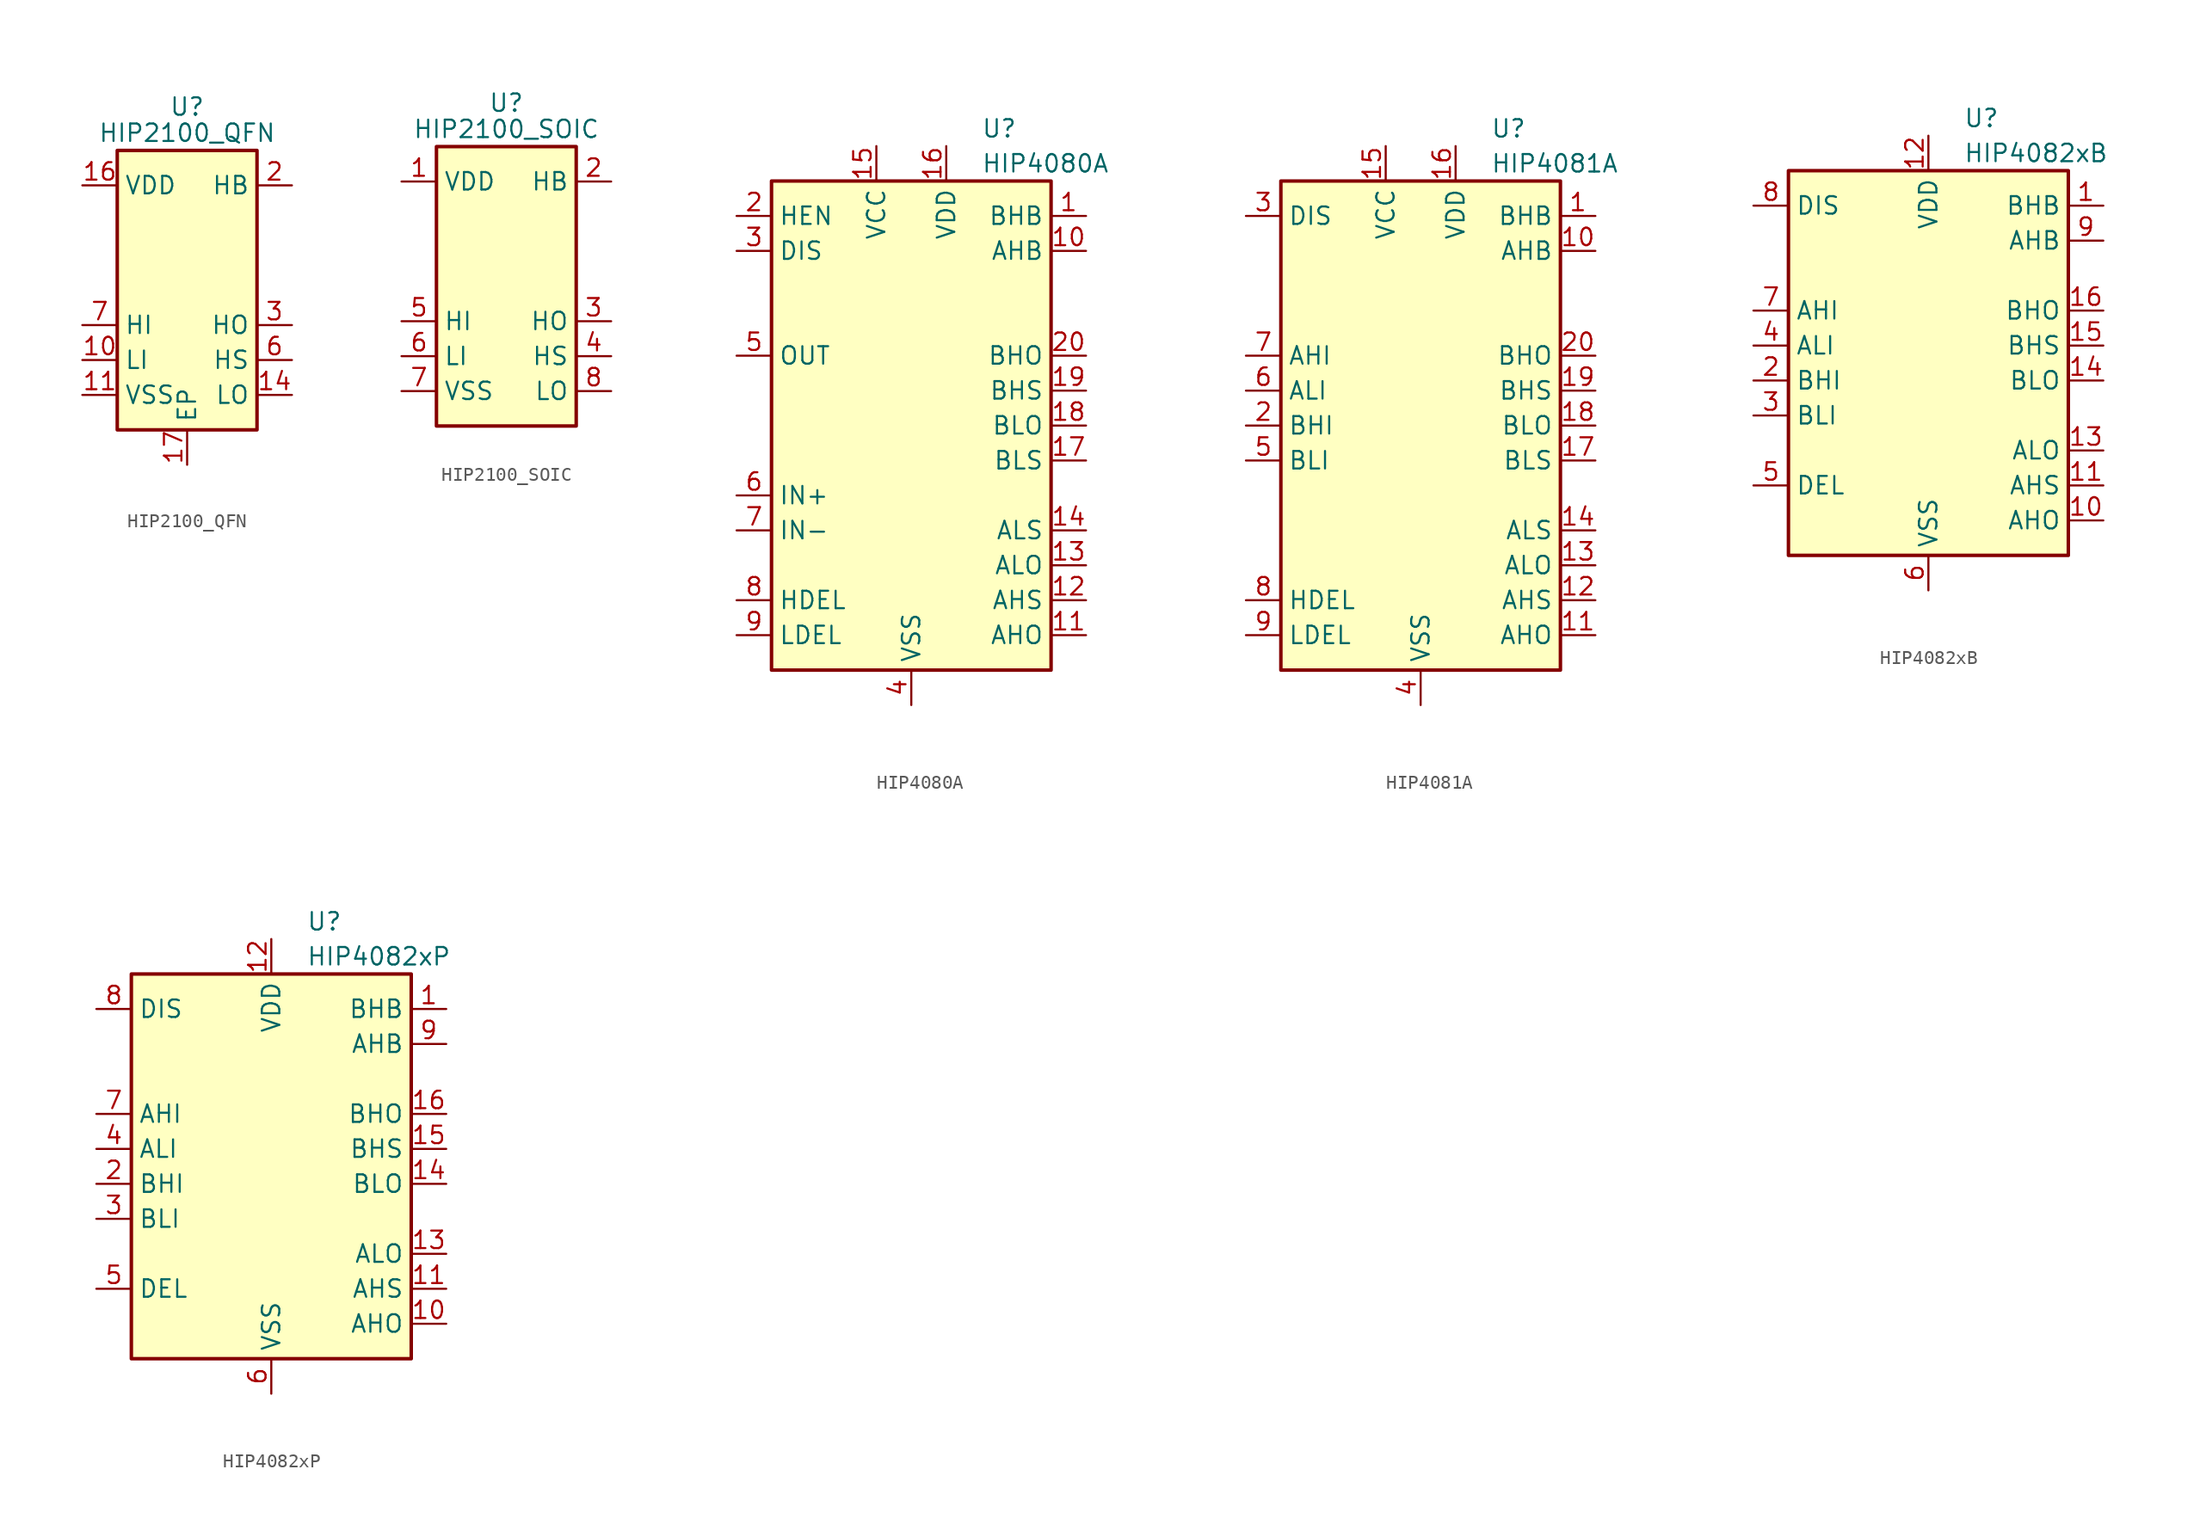
<source format=kicad_sym>
(kicad_symbol_lib
  (version 20241209)
  (generator "kicad_symbol_editor")
  (generator_version "9.0")
  (symbol "HIP2100_QFN"
    (property "Reference" "U"
      (at 0 13.335 0)
      (effects (font (size 1.27 1.27))))
    (property "Value" "HIP2100_QFN"
      (at 0 11.43 0)
      (effects (font (size 1.27 1.27))))
    (symbol "HIP2100_QFN_0_1"
      (rectangle (start -5.08 -10.16) (end 5.08 10.16) (stroke (width 0.254) (type default)) (fill (type background))))
    (symbol "HIP2100_QFN_1_1"
      (pin power_in line (at -7.62 7.62 0) (length 2.54) (name "VDD" (effects (font (size 1.27 1.27)))) (number "16" (effects (font (size 1.27 1.27)))))
      (pin input line (at -7.62 -2.54 0) (length 2.54) (name "HI" (effects (font (size 1.27 1.27)))) (number "7" (effects (font (size 1.27 1.27)))))
      (pin input line (at -7.62 -5.08 0) (length 2.54) (name "LI" (effects (font (size 1.27 1.27)))) (number "10" (effects (font (size 1.27 1.27)))))
      (pin power_in line (at -7.62 -7.62 0) (length 2.54) (name "VSS" (effects (font (size 1.27 1.27)))) (number "11" (effects (font (size 1.27 1.27)))))
      (pin no_connect line (at -5.08 5.08 0) (length 2.54) (hide yes) (name "NC" (effects (font (size 1.27 1.27)))) (number "1" (effects (font (size 1.27 1.27)))))
      (pin no_connect line (at -5.08 2.54 0) (length 2.54) (hide yes) (name "NC" (effects (font (size 1.27 1.27)))) (number "4" (effects (font (size 1.27 1.27)))))
      (pin no_connect line (at -5.08 0 0) (length 2.54) (hide yes) (name "NC" (effects (font (size 1.27 1.27)))) (number "5" (effects (font (size 1.27 1.27)))))
      (pin no_connect line (at -5.08 -10.16 0) (length 2.54) (hide yes) (name "NC" (effects (font (size 1.27 1.27)))) (number "8" (effects (font (size 1.27 1.27)))))
      (pin output line (at 0 -12.7 90) (length 2.54) (name "EP" (effects (font (size 1.27 1.27)))) (number "17" (effects (font (size 1.27 1.27)))))
      (pin no_connect line (at 5.08 5.08 180) (length 2.54) (hide yes) (name "NC" (effects (font (size 1.27 1.27)))) (number "9" (effects (font (size 1.27 1.27)))))
      (pin no_connect line (at 5.08 2.54 180) (length 2.54) (hide yes) (name "NC" (effects (font (size 1.27 1.27)))) (number "12" (effects (font (size 1.27 1.27)))))
      (pin no_connect line (at 5.08 0 180) (length 2.54) (hide yes) (name "NC" (effects (font (size 1.27 1.27)))) (number "13" (effects (font (size 1.27 1.27)))))
      (pin no_connect line (at 5.08 -10.16 180) (length 2.54) (hide yes) (name "NC" (effects (font (size 1.27 1.27)))) (number "15" (effects (font (size 1.27 1.27)))))
      (pin passive line (at 7.62 7.62 180) (length 2.54) (name "HB" (effects (font (size 1.27 1.27)))) (number "2" (effects (font (size 1.27 1.27)))))
      (pin output line (at 7.62 -2.54 180) (length 2.54) (name "HO" (effects (font (size 1.27 1.27)))) (number "3" (effects (font (size 1.27 1.27)))))
      (pin passive line (at 7.62 -5.08 180) (length 2.54) (name "HS" (effects (font (size 1.27 1.27)))) (number "6" (effects (font (size 1.27 1.27)))))
      (pin output line (at 7.62 -7.62 180) (length 2.54) (name "LO" (effects (font (size 1.27 1.27)))) (number "14" (effects (font (size 1.27 1.27)))))))
  (symbol "HIP2100_SOIC"
    (property "Reference" "U"
      (at 0 13.335 0)
      (effects (font (size 1.27 1.27))))
    (property "Value" "HIP2100_SOIC"
      (at 0 11.43 0)
      (effects (font (size 1.27 1.27))))
    (symbol "HIP2100_SOIC_0_1"
      (rectangle (start -5.08 -10.16) (end 5.08 10.16) (stroke (width 0.254) (type default)) (fill (type background))))
    (symbol "HIP2100_SOIC_1_1"
      (pin power_in line (at -7.62 7.62 0) (length 2.54) (name "VDD" (effects (font (size 1.27 1.27)))) (number "1" (effects (font (size 1.27 1.27)))))
      (pin input line (at -7.62 -2.54 0) (length 2.54) (name "HI" (effects (font (size 1.27 1.27)))) (number "5" (effects (font (size 1.27 1.27)))))
      (pin input line (at -7.62 -5.08 0) (length 2.54) (name "LI" (effects (font (size 1.27 1.27)))) (number "6" (effects (font (size 1.27 1.27)))))
      (pin power_in line (at -7.62 -7.62 0) (length 2.54) (name "VSS" (effects (font (size 1.27 1.27)))) (number "7" (effects (font (size 1.27 1.27)))))
      (pin passive line (at 7.62 7.62 180) (length 2.54) (name "HB" (effects (font (size 1.27 1.27)))) (number "2" (effects (font (size 1.27 1.27)))))
      (pin output line (at 7.62 -2.54 180) (length 2.54) (name "HO" (effects (font (size 1.27 1.27)))) (number "3" (effects (font (size 1.27 1.27)))))
      (pin passive line (at 7.62 -5.08 180) (length 2.54) (name "HS" (effects (font (size 1.27 1.27)))) (number "4" (effects (font (size 1.27 1.27)))))
      (pin output line (at 7.62 -7.62 180) (length 2.54) (name "LO" (effects (font (size 1.27 1.27)))) (number "8" (effects (font (size 1.27 1.27)))))))
  (symbol "HIP4080A"
    (property "Reference" "U"
      (at 5.08 21.59 0)
      (effects (font (size 1.27 1.27)) (justify left)))
    (property "Value" "HIP4080A"
      (at 5.08 19.05 0)
      (effects (font (size 1.27 1.27)) (justify left)))
    (symbol "HIP4080A_0_1"
      (rectangle (start -10.16 -17.78) (end 10.16 17.78) (stroke (width 0.254) (type default)) (fill (type background))))
    (symbol "HIP4080A_1_1"
      (pin output line (at -12.7 15.24 0) (length 2.54) (name "HEN" (effects (font (size 1.27 1.27)))) (number "2" (effects (font (size 1.27 1.27)))))
      (pin output line (at -12.7 12.7 0) (length 2.54) (name "DIS" (effects (font (size 1.27 1.27)))) (number "3" (effects (font (size 1.27 1.27)))))
      (pin output line (at -12.7 5.08 0) (length 2.54) (name "OUT" (effects (font (size 1.27 1.27)))) (number "5" (effects (font (size 1.27 1.27)))))
      (pin input line (at -12.7 -5.08 0) (length 2.54) (name "IN+" (effects (font (size 1.27 1.27)))) (number "6" (effects (font (size 1.27 1.27)))))
      (pin input line (at -12.7 -7.62 0) (length 2.54) (name "IN-" (effects (font (size 1.27 1.27)))) (number "7" (effects (font (size 1.27 1.27)))))
      (pin passive line (at -12.7 -12.7 0) (length 2.54) (name "HDEL" (effects (font (size 1.27 1.27)))) (number "8" (effects (font (size 1.27 1.27)))))
      (pin passive line (at -12.7 -15.24 0) (length 2.54) (name "LDEL" (effects (font (size 1.27 1.27)))) (number "9" (effects (font (size 1.27 1.27)))))
      (pin power_in line (at -2.54 20.32 270) (length 2.54) (name "VCC" (effects (font (size 1.27 1.27)))) (number "15" (effects (font (size 1.27 1.27)))))
      (pin power_in line (at 0 -20.32 90) (length 2.54) (name "VSS" (effects (font (size 1.27 1.27)))) (number "4" (effects (font (size 1.27 1.27)))))
      (pin power_in line (at 2.54 20.32 270) (length 2.54) (name "VDD" (effects (font (size 1.27 1.27)))) (number "16" (effects (font (size 1.27 1.27)))))
      (pin input line (at 12.7 15.24 180) (length 2.54) (name "BHB" (effects (font (size 1.27 1.27)))) (number "1" (effects (font (size 1.27 1.27)))))
      (pin input line (at 12.7 12.7 180) (length 2.54) (name "AHB" (effects (font (size 1.27 1.27)))) (number "10" (effects (font (size 1.27 1.27)))))
      (pin output line (at 12.7 5.08 180) (length 2.54) (name "BHO" (effects (font (size 1.27 1.27)))) (number "20" (effects (font (size 1.27 1.27)))))
      (pin passive line (at 12.7 2.54 180) (length 2.54) (name "BHS" (effects (font (size 1.27 1.27)))) (number "19" (effects (font (size 1.27 1.27)))))
      (pin output line (at 12.7 0 180) (length 2.54) (name "BLO" (effects (font (size 1.27 1.27)))) (number "18" (effects (font (size 1.27 1.27)))))
      (pin passive line (at 12.7 -2.54 180) (length 2.54) (name "BLS" (effects (font (size 1.27 1.27)))) (number "17" (effects (font (size 1.27 1.27)))))
      (pin passive line (at 12.7 -7.62 180) (length 2.54) (name "ALS" (effects (font (size 1.27 1.27)))) (number "14" (effects (font (size 1.27 1.27)))))
      (pin output line (at 12.7 -10.16 180) (length 2.54) (name "ALO" (effects (font (size 1.27 1.27)))) (number "13" (effects (font (size 1.27 1.27)))))
      (pin passive line (at 12.7 -12.7 180) (length 2.54) (name "AHS" (effects (font (size 1.27 1.27)))) (number "12" (effects (font (size 1.27 1.27)))))
      (pin output line (at 12.7 -15.24 180) (length 2.54) (name "AHO" (effects (font (size 1.27 1.27)))) (number "11" (effects (font (size 1.27 1.27)))))))
  (symbol "HIP4081A"
    (property "Reference" "U"
      (at 5.08 21.59 0)
      (effects (font (size 1.27 1.27)) (justify left)))
    (property "Value" "HIP4081A"
      (at 5.08 19.05 0)
      (effects (font (size 1.27 1.27)) (justify left)))
    (symbol "HIP4081A_0_1"
      (rectangle (start -10.16 -17.78) (end 10.16 17.78) (stroke (width 0.254) (type default)) (fill (type background))))
    (symbol "HIP4081A_1_1"
      (pin output line (at -12.7 15.24 0) (length 2.54) (name "DIS" (effects (font (size 1.27 1.27)))) (number "3" (effects (font (size 1.27 1.27)))))
      (pin input line (at -12.7 5.08 0) (length 2.54) (name "AHI" (effects (font (size 1.27 1.27)))) (number "7" (effects (font (size 1.27 1.27)))))
      (pin input line (at -12.7 2.54 0) (length 2.54) (name "ALI" (effects (font (size 1.27 1.27)))) (number "6" (effects (font (size 1.27 1.27)))))
      (pin input line (at -12.7 0 0) (length 2.54) (name "BHI" (effects (font (size 1.27 1.27)))) (number "2" (effects (font (size 1.27 1.27)))))
      (pin input line (at -12.7 -2.54 0) (length 2.54) (name "BLI" (effects (font (size 1.27 1.27)))) (number "5" (effects (font (size 1.27 1.27)))))
      (pin passive line (at -12.7 -12.7 0) (length 2.54) (name "HDEL" (effects (font (size 1.27 1.27)))) (number "8" (effects (font (size 1.27 1.27)))))
      (pin passive line (at -12.7 -15.24 0) (length 2.54) (name "LDEL" (effects (font (size 1.27 1.27)))) (number "9" (effects (font (size 1.27 1.27)))))
      (pin power_in line (at -2.54 20.32 270) (length 2.54) (name "VCC" (effects (font (size 1.27 1.27)))) (number "15" (effects (font (size 1.27 1.27)))))
      (pin power_in line (at 0 -20.32 90) (length 2.54) (name "VSS" (effects (font (size 1.27 1.27)))) (number "4" (effects (font (size 1.27 1.27)))))
      (pin power_in line (at 2.54 20.32 270) (length 2.54) (name "VDD" (effects (font (size 1.27 1.27)))) (number "16" (effects (font (size 1.27 1.27)))))
      (pin input line (at 12.7 15.24 180) (length 2.54) (name "BHB" (effects (font (size 1.27 1.27)))) (number "1" (effects (font (size 1.27 1.27)))))
      (pin input line (at 12.7 12.7 180) (length 2.54) (name "AHB" (effects (font (size 1.27 1.27)))) (number "10" (effects (font (size 1.27 1.27)))))
      (pin output line (at 12.7 5.08 180) (length 2.54) (name "BHO" (effects (font (size 1.27 1.27)))) (number "20" (effects (font (size 1.27 1.27)))))
      (pin passive line (at 12.7 2.54 180) (length 2.54) (name "BHS" (effects (font (size 1.27 1.27)))) (number "19" (effects (font (size 1.27 1.27)))))
      (pin output line (at 12.7 0 180) (length 2.54) (name "BLO" (effects (font (size 1.27 1.27)))) (number "18" (effects (font (size 1.27 1.27)))))
      (pin passive line (at 12.7 -2.54 180) (length 2.54) (name "BLS" (effects (font (size 1.27 1.27)))) (number "17" (effects (font (size 1.27 1.27)))))
      (pin passive line (at 12.7 -7.62 180) (length 2.54) (name "ALS" (effects (font (size 1.27 1.27)))) (number "14" (effects (font (size 1.27 1.27)))))
      (pin output line (at 12.7 -10.16 180) (length 2.54) (name "ALO" (effects (font (size 1.27 1.27)))) (number "13" (effects (font (size 1.27 1.27)))))
      (pin passive line (at 12.7 -12.7 180) (length 2.54) (name "AHS" (effects (font (size 1.27 1.27)))) (number "12" (effects (font (size 1.27 1.27)))))
      (pin output line (at 12.7 -15.24 180) (length 2.54) (name "AHO" (effects (font (size 1.27 1.27)))) (number "11" (effects (font (size 1.27 1.27)))))))
  (symbol "HIP4082xB"
    (property "Reference" "U"
      (at 2.54 16.51 0)
      (effects (font (size 1.27 1.27)) (justify left)))
    (property "Value" "HIP4082xB"
      (at 2.54 13.97 0)
      (effects (font (size 1.27 1.27)) (justify left)))
    (symbol "HIP4082xB_0_0"
      (pin passive line (at -12.7 -10.16 0) (length 2.54) (name "DEL" (effects (font (size 1.27 1.27)))) (number "5" (effects (font (size 1.27 1.27))))))
    (symbol "HIP4082xB_1_1"
      (rectangle (start -10.16 -15.24) (end 10.16 12.7) (stroke (width 0.254) (type default)) (fill (type background)))
      (pin input line (at -12.7 10.16 0) (length 2.54) (name "DIS" (effects (font (size 1.27 1.27)))) (number "8" (effects (font (size 1.27 1.27)))))
      (pin input line (at -12.7 2.54 0) (length 2.54) (name "AHI" (effects (font (size 1.27 1.27)))) (number "7" (effects (font (size 1.27 1.27)))))
      (pin input line (at -12.7 0 0) (length 2.54) (name "ALI" (effects (font (size 1.27 1.27)))) (number "4" (effects (font (size 1.27 1.27)))))
      (pin input line (at -12.7 -2.54 0) (length 2.54) (name "BHI" (effects (font (size 1.27 1.27)))) (number "2" (effects (font (size 1.27 1.27)))))
      (pin input line (at -12.7 -5.08 0) (length 2.54) (name "BLI" (effects (font (size 1.27 1.27)))) (number "3" (effects (font (size 1.27 1.27)))))
      (pin power_in line (at 0 15.24 270) (length 2.54) (name "VDD" (effects (font (size 1.27 1.27)))) (number "12" (effects (font (size 1.27 1.27)))))
      (pin power_in line (at 0 -17.78 90) (length 2.54) (name "VSS" (effects (font (size 1.27 1.27)))) (number "6" (effects (font (size 1.27 1.27)))))
      (pin input line (at 12.7 10.16 180) (length 2.54) (name "BHB" (effects (font (size 1.27 1.27)))) (number "1" (effects (font (size 1.27 1.27)))))
      (pin input line (at 12.7 7.62 180) (length 2.54) (name "AHB" (effects (font (size 1.27 1.27)))) (number "9" (effects (font (size 1.27 1.27)))))
      (pin output line (at 12.7 2.54 180) (length 2.54) (name "BHO" (effects (font (size 1.27 1.27)))) (number "16" (effects (font (size 1.27 1.27)))))
      (pin passive line (at 12.7 0 180) (length 2.54) (name "BHS" (effects (font (size 1.27 1.27)))) (number "15" (effects (font (size 1.27 1.27)))))
      (pin output line (at 12.7 -2.54 180) (length 2.54) (name "BLO" (effects (font (size 1.27 1.27)))) (number "14" (effects (font (size 1.27 1.27)))))
      (pin output line (at 12.7 -7.62 180) (length 2.54) (name "ALO" (effects (font (size 1.27 1.27)))) (number "13" (effects (font (size 1.27 1.27)))))
      (pin passive line (at 12.7 -10.16 180) (length 2.54) (name "AHS" (effects (font (size 1.27 1.27)))) (number "11" (effects (font (size 1.27 1.27)))))
      (pin output line (at 12.7 -12.7 180) (length 2.54) (name "AHO" (effects (font (size 1.27 1.27)))) (number "10" (effects (font (size 1.27 1.27)))))))
  (symbol "HIP4082xP"
    (property "Reference" "U"
      (at 2.54 16.51 0)
      (effects (font (size 1.27 1.27)) (justify left)))
    (property "Value" "HIP4082xP"
      (at 2.54 13.97 0)
      (effects (font (size 1.27 1.27)) (justify left)))
    (symbol "HIP4082xP_0_0"
      (pin passive line (at -12.7 -10.16 0) (length 2.54) (name "DEL" (effects (font (size 1.27 1.27)))) (number "5" (effects (font (size 1.27 1.27))))))
    (symbol "HIP4082xP_1_1"
      (rectangle (start -10.16 -15.24) (end 10.16 12.7) (stroke (width 0.254) (type default)) (fill (type background)))
      (pin input line (at -12.7 10.16 0) (length 2.54) (name "DIS" (effects (font (size 1.27 1.27)))) (number "8" (effects (font (size 1.27 1.27)))))
      (pin input line (at -12.7 2.54 0) (length 2.54) (name "AHI" (effects (font (size 1.27 1.27)))) (number "7" (effects (font (size 1.27 1.27)))))
      (pin input line (at -12.7 0 0) (length 2.54) (name "ALI" (effects (font (size 1.27 1.27)))) (number "4" (effects (font (size 1.27 1.27)))))
      (pin input line (at -12.7 -2.54 0) (length 2.54) (name "BHI" (effects (font (size 1.27 1.27)))) (number "2" (effects (font (size 1.27 1.27)))))
      (pin input line (at -12.7 -5.08 0) (length 2.54) (name "BLI" (effects (font (size 1.27 1.27)))) (number "3" (effects (font (size 1.27 1.27)))))
      (pin power_in line (at 0 15.24 270) (length 2.54) (name "VDD" (effects (font (size 1.27 1.27)))) (number "12" (effects (font (size 1.27 1.27)))))
      (pin power_in line (at 0 -17.78 90) (length 2.54) (name "VSS" (effects (font (size 1.27 1.27)))) (number "6" (effects (font (size 1.27 1.27)))))
      (pin input line (at 12.7 10.16 180) (length 2.54) (name "BHB" (effects (font (size 1.27 1.27)))) (number "1" (effects (font (size 1.27 1.27)))))
      (pin input line (at 12.7 7.62 180) (length 2.54) (name "AHB" (effects (font (size 1.27 1.27)))) (number "9" (effects (font (size 1.27 1.27)))))
      (pin output line (at 12.7 2.54 180) (length 2.54) (name "BHO" (effects (font (size 1.27 1.27)))) (number "16" (effects (font (size 1.27 1.27)))))
      (pin passive line (at 12.7 0 180) (length 2.54) (name "BHS" (effects (font (size 1.27 1.27)))) (number "15" (effects (font (size 1.27 1.27)))))
      (pin output line (at 12.7 -2.54 180) (length 2.54) (name "BLO" (effects (font (size 1.27 1.27)))) (number "14" (effects (font (size 1.27 1.27)))))
      (pin output line (at 12.7 -7.62 180) (length 2.54) (name "ALO" (effects (font (size 1.27 1.27)))) (number "13" (effects (font (size 1.27 1.27)))))
      (pin passive line (at 12.7 -10.16 180) (length 2.54) (name "AHS" (effects (font (size 1.27 1.27)))) (number "11" (effects (font (size 1.27 1.27)))))
      (pin output line (at 12.7 -12.7 180) (length 2.54) (name "AHO" (effects (font (size 1.27 1.27)))) (number "10" (effects (font (size 1.27 1.27))))))))
</source>
